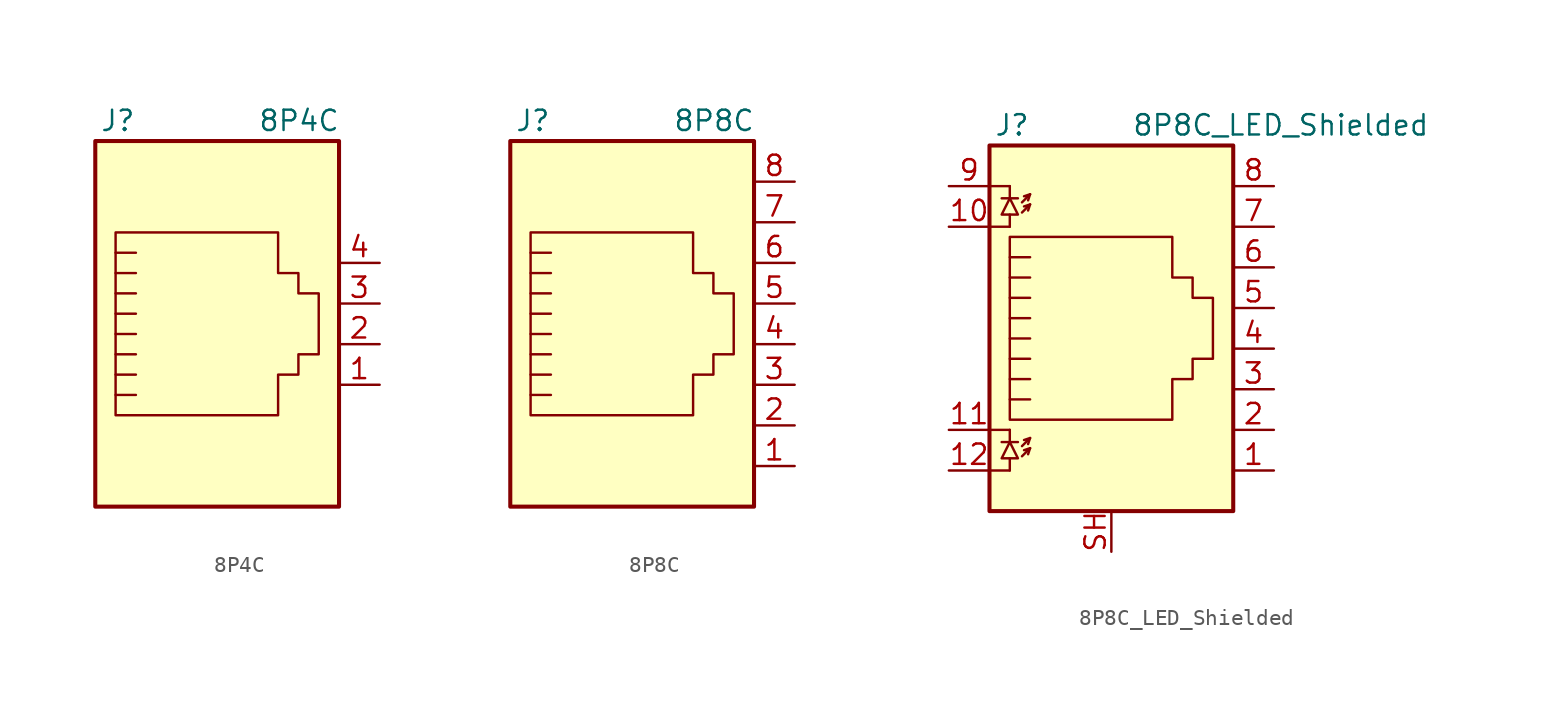
<source format=kicad_sym>
(kicad_symbol_lib
  (version 20200908)
  (generator kicad_symbol_editor)
  (symbol "Connector:8P4C"
    (pin_names
      (offset 1.016))
    (property "Reference" "J"
      (at -5.08 13.97 0)
      (effects (font (size 1.27 1.27)) (justify right)))
    (property "Value" "8P4C"
      (at 2.54 13.97 0)
      (effects (font (size 1.27 1.27)) (justify left)))
    (symbol "8P4C_0_1"
      (rectangle (start 7.62 12.7) (end -7.62 -10.16) (stroke (width 0.254)) (fill (type background)))
      (polyline (pts (xy -5.08 4.445) (xy -6.35 4.445)) (stroke (width 0)) (fill (type none)))
      (polyline (pts (xy -5.08 5.715) (xy -6.35 5.715)) (stroke (width 0)) (fill (type none)))
      (polyline (pts (xy -6.35 -3.175) (xy -5.08 -3.175) (xy -5.08 -3.175)) (stroke (width 0)) (fill (type none)))
      (polyline (pts (xy -6.35 -1.905) (xy -5.08 -1.905) (xy -5.08 -1.905)) (stroke (width 0)) (fill (type none)))
      (polyline (pts (xy -6.35 -0.635) (xy -5.08 -0.635) (xy -5.08 -0.635)) (stroke (width 0)) (fill (type none)))
      (polyline (pts (xy -6.35 0.635) (xy -5.08 0.635) (xy -5.08 0.635)) (stroke (width 0)) (fill (type none)))
      (polyline (pts (xy -6.35 1.905) (xy -5.08 1.905) (xy -5.08 1.905)) (stroke (width 0)) (fill (type none)))
      (polyline (pts (xy -5.08 3.175) (xy -6.35 3.175) (xy -6.35 3.175)) (stroke (width 0)) (fill (type none)))
      (polyline (pts (xy -6.35 -4.445) (xy -6.35 6.985) (xy 3.81 6.985) (xy 3.81 4.445) (xy 5.08 4.445) (xy 5.08 3.175) (xy 6.35 3.175) (xy 6.35 -0.635) (xy 5.08 -0.635) (xy 5.08 -1.905) (xy 3.81 -1.905) (xy 3.81 -4.445) (xy -6.35 -4.445) (xy -6.35 -4.445)) (stroke (width 0)) (fill (type none))))
    (symbol "8P4C_1_1"
      (pin passive line (at 10.16 -2.54 180) (length 2.54) (name "~" (effects (font (size 1.27 1.27)))) (number "1" (effects (font (size 1.27 1.27)))))
      (pin passive line (at 10.16 0 180) (length 2.54) (name "~" (effects (font (size 1.27 1.27)))) (number "2" (effects (font (size 1.27 1.27)))))
      (pin passive line (at 10.16 2.54 180) (length 2.54) (name "~" (effects (font (size 1.27 1.27)))) (number "3" (effects (font (size 1.27 1.27)))))
      (pin passive line (at 10.16 5.08 180) (length 2.54) (name "~" (effects (font (size 1.27 1.27)))) (number "4" (effects (font (size 1.27 1.27)))))))
  (symbol "Connector:8P8C"
    (pin_names
      (offset 1.016))
    (property "Reference" "J"
      (at -5.08 13.97 0)
      (effects (font (size 1.27 1.27)) (justify right)))
    (property "Value" "8P8C"
      (at 2.54 13.97 0)
      (effects (font (size 1.27 1.27)) (justify left)))
    (symbol "8P8C_0_1"
      (rectangle (start 7.62 12.7) (end -7.62 -10.16) (stroke (width 0.254)) (fill (type background)))
      (polyline (pts (xy -5.08 4.445) (xy -6.35 4.445)) (stroke (width 0)) (fill (type none)))
      (polyline (pts (xy -5.08 5.715) (xy -6.35 5.715)) (stroke (width 0)) (fill (type none)))
      (polyline (pts (xy -6.35 -3.175) (xy -5.08 -3.175) (xy -5.08 -3.175)) (stroke (width 0)) (fill (type none)))
      (polyline (pts (xy -6.35 -1.905) (xy -5.08 -1.905) (xy -5.08 -1.905)) (stroke (width 0)) (fill (type none)))
      (polyline (pts (xy -6.35 -0.635) (xy -5.08 -0.635) (xy -5.08 -0.635)) (stroke (width 0)) (fill (type none)))
      (polyline (pts (xy -6.35 0.635) (xy -5.08 0.635) (xy -5.08 0.635)) (stroke (width 0)) (fill (type none)))
      (polyline (pts (xy -6.35 1.905) (xy -5.08 1.905) (xy -5.08 1.905)) (stroke (width 0)) (fill (type none)))
      (polyline (pts (xy -5.08 3.175) (xy -6.35 3.175) (xy -6.35 3.175)) (stroke (width 0)) (fill (type none)))
      (polyline (pts (xy -6.35 -4.445) (xy -6.35 6.985) (xy 3.81 6.985) (xy 3.81 4.445) (xy 5.08 4.445) (xy 5.08 3.175) (xy 6.35 3.175) (xy 6.35 -0.635) (xy 5.08 -0.635) (xy 5.08 -1.905) (xy 3.81 -1.905) (xy 3.81 -4.445) (xy -6.35 -4.445) (xy -6.35 -4.445)) (stroke (width 0)) (fill (type none))))
    (symbol "8P8C_1_1"
      (pin passive line (at 10.16 -7.62 180) (length 2.54) (name "~" (effects (font (size 1.27 1.27)))) (number "1" (effects (font (size 1.27 1.27)))))
      (pin passive line (at 10.16 -5.08 180) (length 2.54) (name "~" (effects (font (size 1.27 1.27)))) (number "2" (effects (font (size 1.27 1.27)))))
      (pin passive line (at 10.16 -2.54 180) (length 2.54) (name "~" (effects (font (size 1.27 1.27)))) (number "3" (effects (font (size 1.27 1.27)))))
      (pin passive line (at 10.16 0 180) (length 2.54) (name "~" (effects (font (size 1.27 1.27)))) (number "4" (effects (font (size 1.27 1.27)))))
      (pin passive line (at 10.16 2.54 180) (length 2.54) (name "~" (effects (font (size 1.27 1.27)))) (number "5" (effects (font (size 1.27 1.27)))))
      (pin passive line (at 10.16 5.08 180) (length 2.54) (name "~" (effects (font (size 1.27 1.27)))) (number "6" (effects (font (size 1.27 1.27)))))
      (pin passive line (at 10.16 7.62 180) (length 2.54) (name "~" (effects (font (size 1.27 1.27)))) (number "7" (effects (font (size 1.27 1.27)))))
      (pin passive line (at 10.16 10.16 180) (length 2.54) (name "~" (effects (font (size 1.27 1.27)))) (number "8" (effects (font (size 1.27 1.27)))))))
  (symbol "Connector:8P8C_LED_Shielded"
    (pin_names
      (offset 1.016))
    (property "Reference" "J"
      (at -5.08 13.97 0)
      (effects (font (size 1.27 1.27)) (justify right)))
    (property "Value" "8P8C_LED_Shielded"
      (at 1.27 13.97 0)
      (effects (font (size 1.27 1.27)) (justify left)))
    (symbol "8P8C_LED_Shielded_0_1"
      (rectangle (start 7.62 12.7) (end -7.62 -10.16) (stroke (width 0.254)) (fill (type background)))
      (polyline (pts (xy -7.62 -7.62) (xy -6.35 -7.62)) (stroke (width 0)) (fill (type none)))
      (polyline (pts (xy -7.62 -5.08) (xy -6.35 -5.08)) (stroke (width 0)) (fill (type none)))
      (polyline (pts (xy -7.62 7.62) (xy -6.35 7.62)) (stroke (width 0)) (fill (type none)))
      (polyline (pts (xy -7.62 10.16) (xy -6.35 10.16)) (stroke (width 0)) (fill (type none)))
      (polyline (pts (xy -6.858 -5.842) (xy -5.842 -5.842)) (stroke (width 0)) (fill (type none)))
      (polyline (pts (xy -6.858 9.398) (xy -5.842 9.398)) (stroke (width 0)) (fill (type none)))
      (polyline (pts (xy -6.35 -7.62) (xy -6.35 -6.858)) (stroke (width 0)) (fill (type none)))
      (polyline (pts (xy -6.35 -5.08) (xy -6.35 -5.842)) (stroke (width 0)) (fill (type none)))
      (polyline (pts (xy -6.35 7.62) (xy -6.35 8.382)) (stroke (width 0)) (fill (type none)))
      (polyline (pts (xy -6.35 10.16) (xy -6.35 9.398)) (stroke (width 0)) (fill (type none)))
      (polyline (pts (xy -5.08 -6.223) (xy -5.207 -6.604)) (stroke (width 0)) (fill (type none)))
      (polyline (pts (xy -5.08 -5.588) (xy -5.207 -5.969)) (stroke (width 0)) (fill (type none)))
      (polyline (pts (xy -5.08 4.445) (xy -6.35 4.445)) (stroke (width 0)) (fill (type none)))
      (polyline (pts (xy -5.08 5.715) (xy -6.35 5.715)) (stroke (width 0)) (fill (type none)))
      (polyline (pts (xy -5.08 9.017) (xy -5.207 8.636)) (stroke (width 0)) (fill (type none)))
      (polyline (pts (xy -5.08 9.652) (xy -5.207 9.271)) (stroke (width 0)) (fill (type none)))
      (polyline (pts (xy -6.35 -3.175) (xy -5.08 -3.175) (xy -5.08 -3.175)) (stroke (width 0)) (fill (type none)))
      (polyline (pts (xy -6.35 -1.905) (xy -5.08 -1.905) (xy -5.08 -1.905)) (stroke (width 0)) (fill (type none)))
      (polyline (pts (xy -6.35 -0.635) (xy -5.08 -0.635) (xy -5.08 -0.635)) (stroke (width 0)) (fill (type none)))
      (polyline (pts (xy -6.35 0.635) (xy -5.08 0.635) (xy -5.08 0.635)) (stroke (width 0)) (fill (type none)))
      (polyline (pts (xy -6.35 1.905) (xy -5.08 1.905) (xy -5.08 1.905)) (stroke (width 0)) (fill (type none)))
      (polyline (pts (xy -5.588 -6.731) (xy -5.08 -6.223) (xy -5.461 -6.35)) (stroke (width 0)) (fill (type none)))
      (polyline (pts (xy -5.588 -6.096) (xy -5.08 -5.588) (xy -5.461 -5.715)) (stroke (width 0)) (fill (type none)))
      (polyline (pts (xy -5.588 8.509) (xy -5.08 9.017) (xy -5.461 8.89)) (stroke (width 0)) (fill (type none)))
      (polyline (pts (xy -5.588 9.144) (xy -5.08 9.652) (xy -5.461 9.525)) (stroke (width 0)) (fill (type none)))
      (polyline (pts (xy -5.08 3.175) (xy -6.35 3.175) (xy -6.35 3.175)) (stroke (width 0)) (fill (type none)))
      (polyline (pts (xy -6.35 -5.842) (xy -6.858 -6.858) (xy -5.842 -6.858) (xy -6.35 -5.842)) (stroke (width 0)) (fill (type none)))
      (polyline (pts (xy -6.35 9.398) (xy -6.858 8.382) (xy -5.842 8.382) (xy -6.35 9.398)) (stroke (width 0)) (fill (type none)))
      (polyline (pts (xy -6.35 -4.445) (xy -6.35 6.985) (xy 3.81 6.985) (xy 3.81 4.445) (xy 5.08 4.445) (xy 5.08 3.175) (xy 6.35 3.175) (xy 6.35 -0.635) (xy 5.08 -0.635) (xy 5.08 -1.905) (xy 3.81 -1.905) (xy 3.81 -4.445) (xy -6.35 -4.445) (xy -6.35 -4.445)) (stroke (width 0)) (fill (type none))))
    (symbol "8P8C_LED_Shielded_1_1"
      (pin passive line (at 10.16 -7.62 180) (length 2.54) (name "~" (effects (font (size 1.27 1.27)))) (number "1" (effects (font (size 1.27 1.27)))))
      (pin passive line (at -10.16 7.62 0) (length 2.54) (name "~" (effects (font (size 1.27 1.27)))) (number "10" (effects (font (size 1.27 1.27)))))
      (pin passive line (at -10.16 -5.08 0) (length 2.54) (name "~" (effects (font (size 1.27 1.27)))) (number "11" (effects (font (size 1.27 1.27)))))
      (pin passive line (at -10.16 -7.62 0) (length 2.54) (name "~" (effects (font (size 1.27 1.27)))) (number "12" (effects (font (size 1.27 1.27)))))
      (pin passive line (at 10.16 -5.08 180) (length 2.54) (name "~" (effects (font (size 1.27 1.27)))) (number "2" (effects (font (size 1.27 1.27)))))
      (pin passive line (at 10.16 -2.54 180) (length 2.54) (name "~" (effects (font (size 1.27 1.27)))) (number "3" (effects (font (size 1.27 1.27)))))
      (pin passive line (at 10.16 0 180) (length 2.54) (name "~" (effects (font (size 1.27 1.27)))) (number "4" (effects (font (size 1.27 1.27)))))
      (pin passive line (at 10.16 2.54 180) (length 2.54) (name "~" (effects (font (size 1.27 1.27)))) (number "5" (effects (font (size 1.27 1.27)))))
      (pin passive line (at 10.16 5.08 180) (length 2.54) (name "~" (effects (font (size 1.27 1.27)))) (number "6" (effects (font (size 1.27 1.27)))))
      (pin passive line (at 10.16 7.62 180) (length 2.54) (name "~" (effects (font (size 1.27 1.27)))) (number "7" (effects (font (size 1.27 1.27)))))
      (pin passive line (at 10.16 10.16 180) (length 2.54) (name "~" (effects (font (size 1.27 1.27)))) (number "8" (effects (font (size 1.27 1.27)))))
      (pin passive line (at -10.16 10.16 0) (length 2.54) (name "~" (effects (font (size 1.27 1.27)))) (number "9" (effects (font (size 1.27 1.27)))))
      (pin passive line (at 0 -12.7 90) (length 2.54) (name "~" (effects (font (size 1.27 1.27)))) (number "SH" (effects (font (size 1.27 1.27))))))))
</source>
